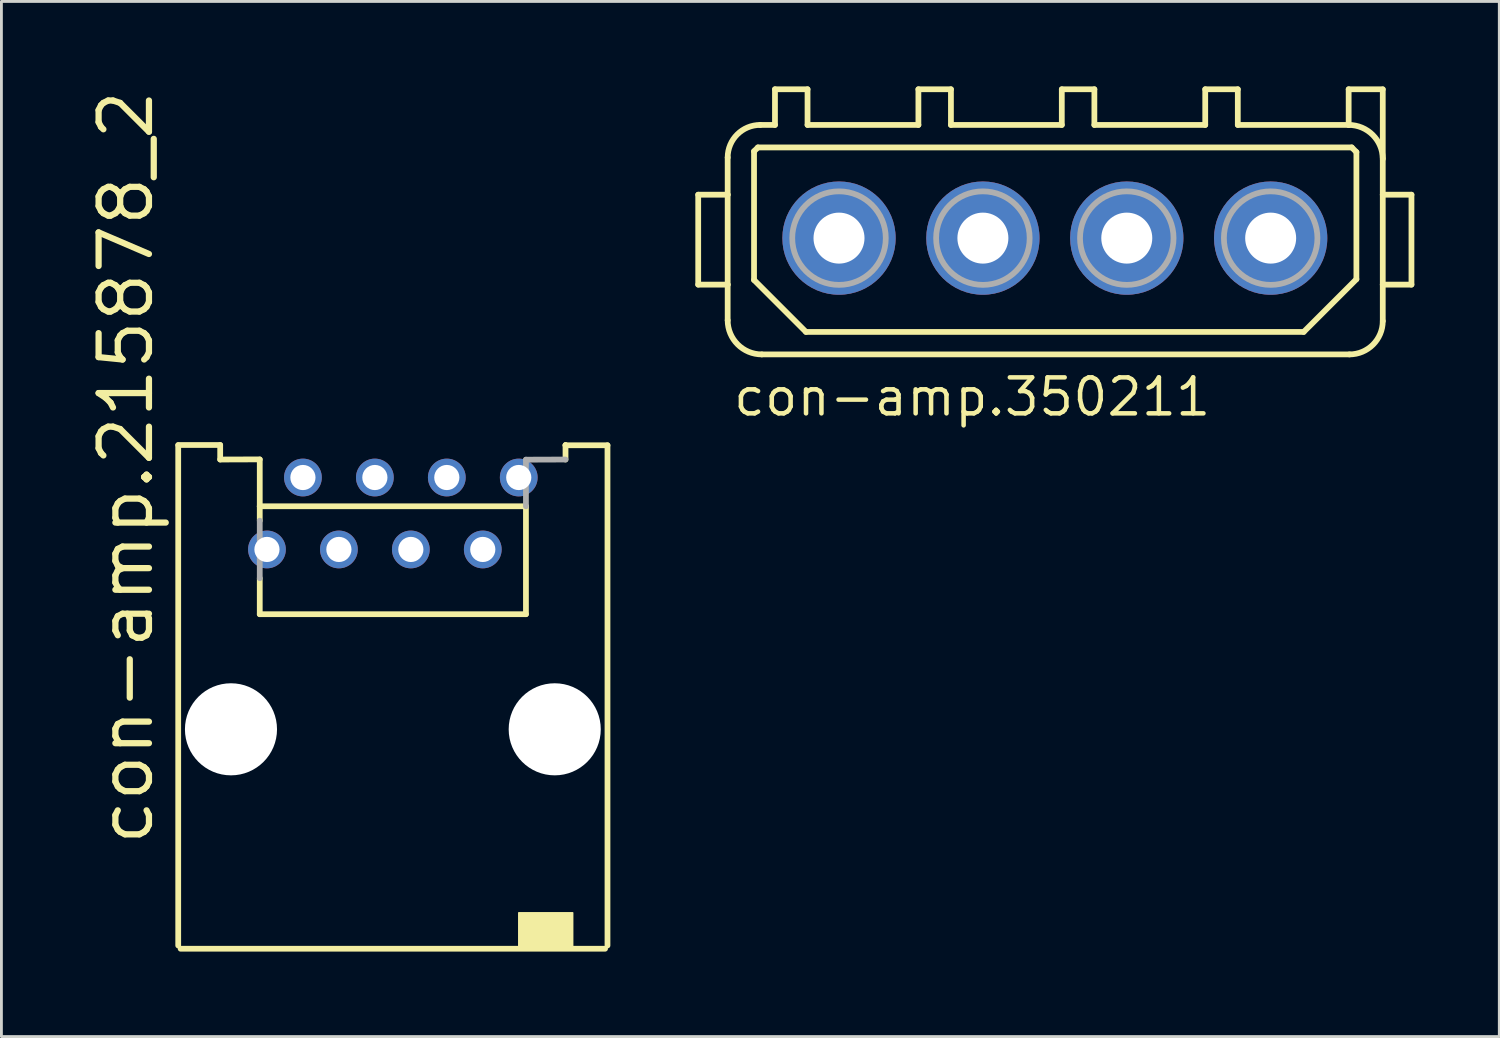
<source format=kicad_pcb>
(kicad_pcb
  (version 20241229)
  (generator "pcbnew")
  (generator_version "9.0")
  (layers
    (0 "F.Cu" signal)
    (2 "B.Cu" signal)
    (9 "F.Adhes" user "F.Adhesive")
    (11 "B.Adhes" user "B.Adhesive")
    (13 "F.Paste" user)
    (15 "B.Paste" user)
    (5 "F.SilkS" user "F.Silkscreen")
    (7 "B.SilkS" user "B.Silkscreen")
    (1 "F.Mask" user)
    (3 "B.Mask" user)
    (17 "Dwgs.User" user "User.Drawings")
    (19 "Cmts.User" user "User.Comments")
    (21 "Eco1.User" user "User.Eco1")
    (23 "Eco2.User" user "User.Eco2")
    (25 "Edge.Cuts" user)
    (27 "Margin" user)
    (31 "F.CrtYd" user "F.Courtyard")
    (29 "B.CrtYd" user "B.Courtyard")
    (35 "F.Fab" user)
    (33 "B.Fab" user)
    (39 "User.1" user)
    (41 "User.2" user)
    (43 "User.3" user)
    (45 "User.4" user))
  (footprint "con-amp.215878_2"
    (layer "F.Cu")
    (at 10.82 22.699)
    (property "Reference" "con-amp.215878_2" (at -8.382 4.191 90) (layer "F.SilkS") (effects (font (size 1.778 1.778) (thickness 0.22)) (justify left bottom)))
    (attr through_hole)
    (fp_line (start -7.578 7.633) (end -7.578 -10.028) (stroke (width 0.203) (type default)) (layer "F.SilkS"))
    (fp_line (start -6.096 -10.038) (end -7.578 -10.038) (stroke (width 0.203) (type default)) (layer "F.SilkS"))
    (fp_line (start -6.096 -9.525) (end -6.096 -10.038) (stroke (width 0.203) (type default)) (layer "F.SilkS"))
    (fp_line (start -4.699 -9.53) (end -6.096 -9.525) (stroke (width 0.203) (type default)) (layer "F.SilkS"))
    (fp_line (start -4.699 -9.525) (end -4.699 -7.874) (stroke (width 0.203) (type default)) (layer "F.SilkS"))
    (fp_line (start -4.699 -7.874) (end -4.699 -7.366) (stroke (width 0.203) (type default)) (layer "F.SilkS"))
    (fp_line (start -4.699 -7.874) (end 4.699 -7.874) (stroke (width 0.203) (type default)) (layer "F.SilkS"))
    (fp_line (start -4.699 -5.334) (end -4.699 -4.064) (stroke (width 0.203) (type default)) (layer "F.SilkS"))
    (fp_line (start -4.699 -4.064) (end 4.699 -4.064) (stroke (width 0.203) (type default)) (layer "F.SilkS"))
    (fp_line (start 4.699 -7.874) (end 4.699 -4.064) (stroke (width 0.203) (type default)) (layer "F.SilkS"))
    (fp_line (start 6.096 -10.028) (end 6.096 -10.038) (stroke (width 0.203) (type default)) (layer "F.SilkS"))
    (fp_line (start 6.096 -10.028) (end 7.578 -10.028) (stroke (width 0.203) (type default)) (layer "F.SilkS"))
    (fp_line (start 6.096 -9.525) (end 6.096 -10.028) (stroke (width 0.203) (type default)) (layer "F.SilkS"))
    (fp_line (start 7.493 7.747) (end -7.493 7.747) (stroke (width 0.203) (type default)) (layer "F.SilkS"))
    (fp_line (start 7.578 -10.028) (end 7.578 7.633) (stroke (width 0.203) (type default)) (layer "F.SilkS"))
    (fp_rect (start 4.445 7.747) (end 6.35 6.477) (stroke (width 0.05) (type default)) (fill yes) (layer "F.SilkS"))
    (fp_line (start -4.699 -7.366) (end -4.699 -5.334) (stroke (width 0.203) (type default)) (layer "F.Fab"))
    (fp_line (start 4.699 -9.52) (end 4.699 -7.874) (stroke (width 0.203) (type default)) (layer "F.Fab"))
    (fp_line (start 4.699 -9.52) (end 6.096 -9.525) (stroke (width 0.203) (type default)) (layer "F.Fab"))
    (pad "" np_thru_hole circle (at -5.715 0) (size 3.251 3.251) (drill 3.251) (layers "*.Cu" "*.Mask"))
    (pad "" np_thru_hole circle (at 5.715 0) (size 3.251 3.251) (drill 3.251) (layers "*.Cu" "*.Mask"))
    (pad "1" thru_hole circle (at -4.445 -6.35) (size 1.333 1.333) (drill 0.889) (layers "*.Cu" "*.Mask"))
    (pad "2" thru_hole circle (at -3.175 -8.89) (size 1.333 1.333) (drill 0.889) (layers "*.Cu" "*.Mask"))
    (pad "3" thru_hole circle (at -1.905 -6.35) (size 1.333 1.333) (drill 0.889) (layers "*.Cu" "*.Mask"))
    (pad "4" thru_hole circle (at -0.635 -8.89) (size 1.333 1.333) (drill 0.889) (layers "*.Cu" "*.Mask"))
    (pad "5" thru_hole circle (at 0.635 -6.35) (size 1.333 1.333) (drill 0.889) (layers "*.Cu" "*.Mask"))
    (pad "6" thru_hole circle (at 1.905 -8.89) (size 1.333 1.333) (drill 0.889) (layers "*.Cu" "*.Mask"))
    (pad "7" thru_hole circle (at 3.175 -6.35) (size 1.333 1.333) (drill 0.889) (layers "*.Cu" "*.Mask"))
    (pad "8" thru_hole circle (at 4.445 -8.89) (size 1.333 1.333) (drill 0.889) (layers "*.Cu" "*.Mask")))
  (footprint "con-amp.350211"
    (layer "F.Cu")
    (at 34.192 5.357)
    (property "Reference" "con-amp.350211" (at -11.43 6.35 0) (layer "F.SilkS") (effects (font (size 1.27 1.27) (thickness 0.16)) (justify left bottom)))
    (attr through_hole)
    (fp_line (start -12.591 -1.533) (end -11.551 -1.533) (stroke (width 0.203) (type default)) (layer "F.SilkS"))
    (fp_line (start -12.591 1.642) (end -12.591 -1.533) (stroke (width 0.203) (type default)) (layer "F.SilkS"))
    (fp_line (start -11.551 -2.847) (end -11.551 -1.533) (stroke (width 0.203) (type default)) (layer "F.SilkS"))
    (fp_line (start -11.551 -1.533) (end -11.551 1.642) (stroke (width 0.203) (type default)) (layer "F.SilkS"))
    (fp_line (start -11.551 1.642) (end -12.591 1.642) (stroke (width 0.203) (type default)) (layer "F.SilkS"))
    (fp_line (start -11.551 1.642) (end -11.551 2.901) (stroke (width 0.203) (type default)) (layer "F.SilkS"))
    (fp_line (start -10.62 -3.066) (end -10.483 -3.202) (stroke (width 0.203) (type default)) (layer "F.SilkS"))
    (fp_line (start -10.62 1.478) (end -10.62 -3.066) (stroke (width 0.203) (type default)) (layer "F.SilkS"))
    (fp_line (start -10.483 -3.202) (end 10.483 -3.202) (stroke (width 0.203) (type default)) (layer "F.SilkS"))
    (fp_line (start -10.346 4.106) (end 10.401 4.106) (stroke (width 0.203) (type default)) (layer "F.SilkS"))
    (fp_line (start -9.881 -5.255) (end -9.881 -3.996) (stroke (width 0.203) (type default)) (layer "F.SilkS"))
    (fp_line (start -9.881 -3.996) (end -10.401 -3.996) (stroke (width 0.203) (type default)) (layer "F.SilkS"))
    (fp_line (start -8.786 3.312) (end -10.62 1.478) (stroke (width 0.203) (type default)) (layer "F.SilkS"))
    (fp_line (start -8.731 -5.255) (end -9.881 -5.255) (stroke (width 0.203) (type default)) (layer "F.SilkS"))
    (fp_line (start -8.731 -3.996) (end -8.731 -5.255) (stroke (width 0.203) (type default)) (layer "F.SilkS"))
    (fp_line (start -4.817 -5.255) (end -4.817 -3.996) (stroke (width 0.203) (type default)) (layer "F.SilkS"))
    (fp_line (start -4.817 -3.996) (end -8.731 -3.996) (stroke (width 0.203) (type default)) (layer "F.SilkS"))
    (fp_line (start -3.668 -5.255) (end -4.817 -5.255) (stroke (width 0.203) (type default)) (layer "F.SilkS"))
    (fp_line (start -3.668 -3.996) (end -3.668 -5.255) (stroke (width 0.203) (type default)) (layer "F.SilkS"))
    (fp_line (start 0.246 -5.255) (end 0.246 -3.996) (stroke (width 0.203) (type default)) (layer "F.SilkS"))
    (fp_line (start 0.246 -3.996) (end -3.668 -3.996) (stroke (width 0.203) (type default)) (layer "F.SilkS"))
    (fp_line (start 1.396 -5.255) (end 0.246 -5.255) (stroke (width 0.203) (type default)) (layer "F.SilkS"))
    (fp_line (start 1.396 -3.996) (end 1.396 -5.255) (stroke (width 0.203) (type default)) (layer "F.SilkS"))
    (fp_line (start 5.31 -5.255) (end 5.31 -3.996) (stroke (width 0.203) (type default)) (layer "F.SilkS"))
    (fp_line (start 5.31 -3.996) (end 1.396 -3.996) (stroke (width 0.203) (type default)) (layer "F.SilkS"))
    (fp_line (start 6.46 -5.255) (end 5.31 -5.255) (stroke (width 0.203) (type default)) (layer "F.SilkS"))
    (fp_line (start 6.46 -3.996) (end 6.46 -5.255) (stroke (width 0.203) (type default)) (layer "F.SilkS"))
    (fp_line (start 8.786 3.312) (end -8.786 3.312) (stroke (width 0.203) (type default)) (layer "F.SilkS"))
    (fp_line (start 10.374 -5.255) (end 10.374 -3.996) (stroke (width 0.203) (type default)) (layer "F.SilkS"))
    (fp_line (start 10.374 -3.996) (end 6.46 -3.996) (stroke (width 0.203) (type default)) (layer "F.SilkS"))
    (fp_line (start 10.483 -3.202) (end 10.647 -3.038) (stroke (width 0.203) (type default)) (layer "F.SilkS"))
    (fp_line (start 10.647 -3.038) (end 10.647 1.451) (stroke (width 0.203) (type default)) (layer "F.SilkS"))
    (fp_line (start 10.647 1.451) (end 8.786 3.312) (stroke (width 0.203) (type default)) (layer "F.SilkS"))
    (fp_line (start 11.578 -5.255) (end 10.374 -5.255) (stroke (width 0.203) (type default)) (layer "F.SilkS"))
    (fp_line (start 11.578 -2.841) (end 11.578 -5.25) (stroke (width 0.203) (type default)) (layer "F.SilkS"))
    (fp_line (start 11.578 -1.533) (end 11.578 -2.792) (stroke (width 0.203) (type default)) (layer "F.SilkS"))
    (fp_line (start 11.578 1.642) (end 11.578 -1.533) (stroke (width 0.203) (type default)) (layer "F.SilkS"))
    (fp_line (start 11.578 1.642) (end 12.591 1.642) (stroke (width 0.203) (type default)) (layer "F.SilkS"))
    (fp_line (start 11.578 2.929) (end 11.578 1.642) (stroke (width 0.203) (type default)) (layer "F.SilkS"))
    (fp_line (start 12.591 -1.533) (end 11.578 -1.533) (stroke (width 0.203) (type default)) (layer "F.SilkS"))
    (fp_line (start 12.591 1.642) (end 12.591 -1.533) (stroke (width 0.203) (type default)) (layer "F.SilkS"))
    (fp_arc (start -11.5506 -2.8466) (mid -11.21389 -3.65949) (end -10.401 -3.9962) (stroke (width 0.2032) (type default)) (layer "F.SilkS"))
    (fp_arc (start -10.3463 4.1056) (mid -11.197869 3.752869) (end -11.5506 2.9013) (stroke (width 0.2032) (type default)) (layer "F.SilkS"))
    (fp_arc (start 10.3736 -3.9962) (mid 11.225139 -3.643439) (end 11.5779 -2.7919) (stroke (width 0.2032) (type default)) (layer "F.SilkS"))
    (fp_arc (start 11.5779 2.9287) (mid 11.233165 3.760865) (end 10.401 4.1056) (stroke (width 0.2032) (type default)) (layer "F.SilkS"))
    (fp_circle (center -7.62 0) (end -5.969 0) (stroke (width 0.203) (type default)) (fill no) (layer "F.Fab"))
    (fp_circle (center -2.54 0) (end -0.889 0) (stroke (width 0.203) (type default)) (fill no) (layer "F.Fab"))
    (fp_circle (center 2.54 0) (end 4.191 0) (stroke (width 0.203) (type default)) (fill no) (layer "F.Fab"))
    (fp_circle (center 7.62 0) (end 9.271 0) (stroke (width 0.203) (type default)) (fill no) (layer "F.Fab"))
    (pad "1" thru_hole circle (at -7.62 0 180) (size 4 4) (drill 1.8) (layers "*.Cu" "*.Mask"))
    (pad "2" thru_hole circle (at -2.54 0 180) (size 4 4) (drill 1.8) (layers "*.Cu" "*.Mask"))
    (pad "3" thru_hole circle (at 2.54 0 180) (size 4 4) (drill 1.8) (layers "*.Cu" "*.Mask"))
    (pad "4" thru_hole circle (at 7.62 0 180) (size 4 4) (drill 1.8) (layers "*.Cu" "*.Mask")))
  (gr_rect
    (start -3 -3)
    (end 49.884 33.547)
    (stroke (width 0.1) (type default))
    (fill no)
    (layer "Edge.Cuts")))
</source>
